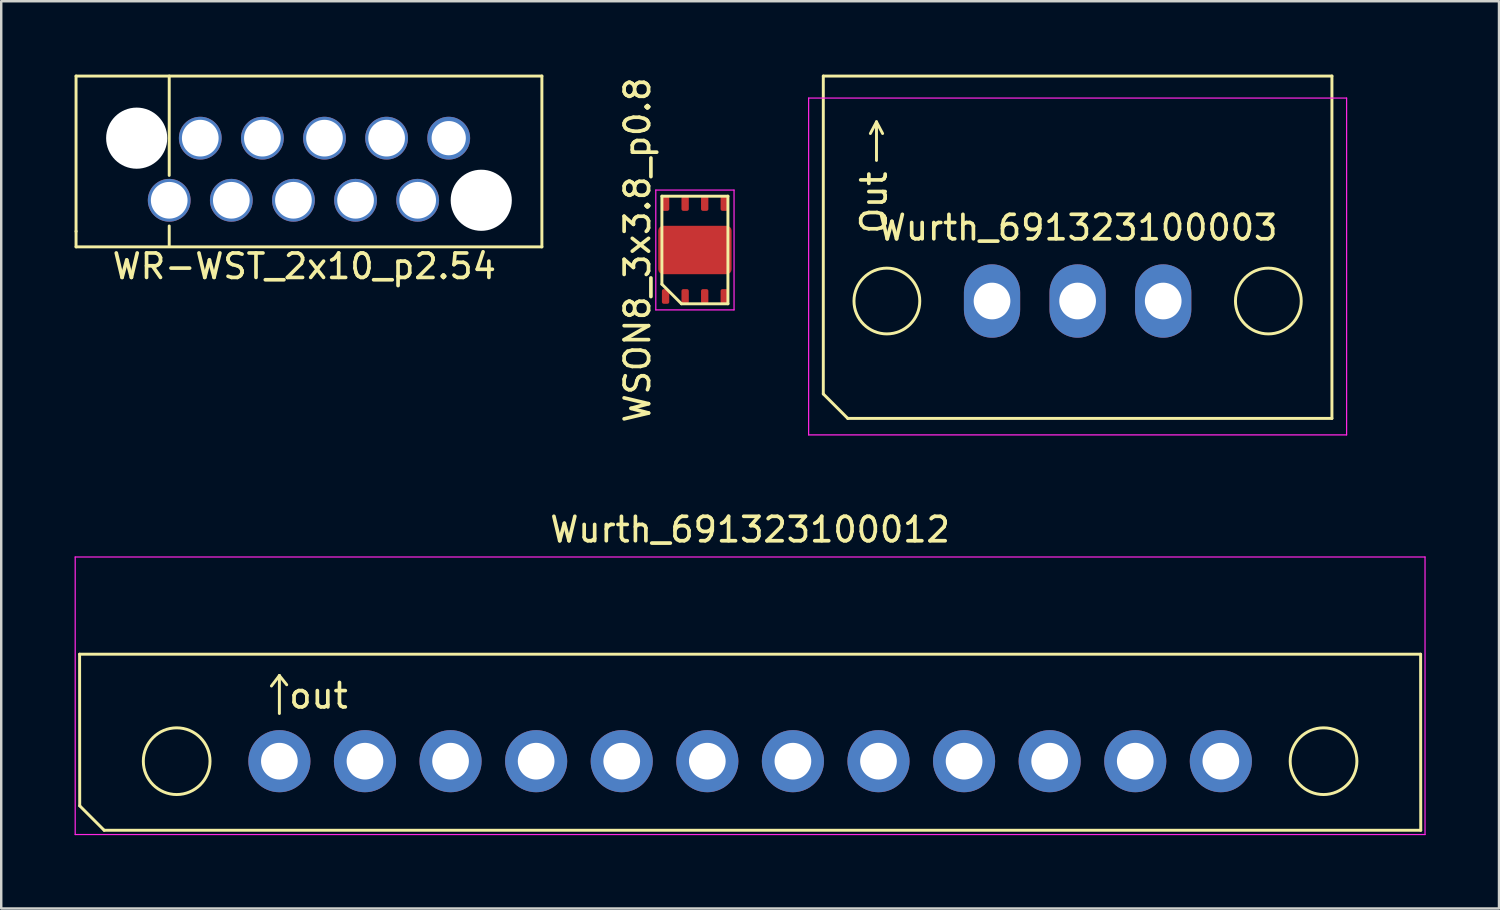
<source format=kicad_pcb>
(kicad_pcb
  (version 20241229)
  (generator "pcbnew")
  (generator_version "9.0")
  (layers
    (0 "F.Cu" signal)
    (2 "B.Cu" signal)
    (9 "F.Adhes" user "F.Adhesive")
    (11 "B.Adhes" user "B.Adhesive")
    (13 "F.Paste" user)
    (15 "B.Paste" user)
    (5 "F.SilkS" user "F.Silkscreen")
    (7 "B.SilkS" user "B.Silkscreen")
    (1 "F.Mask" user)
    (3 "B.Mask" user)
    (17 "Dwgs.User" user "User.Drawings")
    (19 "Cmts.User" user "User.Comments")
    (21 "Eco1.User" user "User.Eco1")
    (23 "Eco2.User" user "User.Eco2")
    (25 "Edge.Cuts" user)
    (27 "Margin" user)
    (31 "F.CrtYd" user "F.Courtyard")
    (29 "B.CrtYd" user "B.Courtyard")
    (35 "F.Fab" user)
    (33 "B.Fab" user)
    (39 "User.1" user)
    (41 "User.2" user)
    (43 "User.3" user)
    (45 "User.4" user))
  (footprint "WSON8_3x3.8_p0.8"
    (layer "F.Cu")
    (at 25.368 7.173)
    (property "Reference" "WSON8_3x3.8_p0.8" (at -2.35 0 90) (layer "F.SilkS") (effects (font (size 1 1) (thickness 0.15))))
    (attr smd)
    (fp_line (start -1.35 -2.2) (end 1.35 -2.2) (stroke (width 0.12) (type solid)) (layer "F.SilkS"))
    (fp_line (start -1.35 1.4) (end -1.35 -2.2) (stroke (width 0.12) (type solid)) (layer "F.SilkS"))
    (fp_line (start -0.55 2.2) (end -1.35 1.4) (stroke (width 0.12) (type solid)) (layer "F.SilkS"))
    (fp_line (start 1.35 -2.2) (end 1.35 2.2) (stroke (width 0.12) (type solid)) (layer "F.SilkS"))
    (fp_line (start 1.35 2.2) (end -0.55 2.2) (stroke (width 0.12) (type solid)) (layer "F.SilkS"))
    (fp_line (start -1.6 -2.45) (end 1.6 -2.45) (stroke (width 0.05) (type solid)) (layer "F.CrtYd"))
    (fp_line (start -1.6 2.45) (end -1.6 -2.45) (stroke (width 0.05) (type solid)) (layer "F.CrtYd"))
    (fp_line (start 1.6 -2.45) (end 1.6 2.45) (stroke (width 0.05) (type solid)) (layer "F.CrtYd"))
    (fp_line (start 1.6 2.45) (end -1.6 2.45) (stroke (width 0.05) (type solid)) (layer "F.CrtYd"))
    (pad "" smd roundrect (at 0 0) (size 3 1.98) (layers "*.Mask" "F.Cu" "F.Paste") (roundrect_rratio 0.101))
    (pad "1" smd roundrect (at -1.2 1.9) (size 0.3 0.6) (layers "F.Cu" "F.Mask" "F.Paste") (roundrect_rratio 0.25))
    (pad "2" smd roundrect (at -0.4 1.9) (size 0.3 0.6) (layers "F.Cu" "F.Mask" "F.Paste") (roundrect_rratio 0.25))
    (pad "3" smd roundrect (at 0.4 1.9) (size 0.3 0.6) (layers "F.Cu" "F.Mask" "F.Paste") (roundrect_rratio 0.25))
    (pad "4" smd roundrect (at 1.2 1.9) (size 0.3 0.6) (layers "F.Cu" "F.Mask" "F.Paste") (roundrect_rratio 0.25))
    (pad "5" smd roundrect (at 1.2 -1.9) (size 0.3 0.6) (layers "F.Cu" "F.Mask" "F.Paste") (roundrect_rratio 0.25))
    (pad "6" smd roundrect (at 0.4 -1.9) (size 0.3 0.6) (layers "F.Cu" "F.Mask" "F.Paste") (roundrect_rratio 0.25))
    (pad "7" smd roundrect (at -0.4 -1.9) (size 0.3 0.6) (layers "F.Cu" "F.Mask" "F.Paste") (roundrect_rratio 0.25))
    (pad "8" smd roundrect (at -1.2 -1.9) (size 0.3 0.6) (layers "F.Cu" "F.Mask" "F.Paste") (roundrect_rratio 0.25)))
  (footprint "Wurth_691323100003"
    (layer "F.Cu")
    (at 41.018 9.26)
    (property "Reference" "Wurth_691323100003" (at 0 -3 0) (layer "F.SilkS") (effects (font (size 1 1) (thickness 0.15))))
    (attr through_hole)
    (fp_line (start -10.4 -9.2) (end 10.4 -9.2) (stroke (width 0.12) (type solid)) (layer "F.SilkS"))
    (fp_line (start -10.4 3.8) (end -10.4 -9.2) (stroke (width 0.12) (type solid)) (layer "F.SilkS"))
    (fp_line (start -9.4 4.8) (end -10.4 3.8) (stroke (width 0.12) (type solid)) (layer "F.SilkS"))
    (fp_line (start -8.225 -7.325) (end -8.475 -6.85) (stroke (width 0.12) (type solid)) (layer "F.SilkS"))
    (fp_line (start -8.225 -7.325) (end -7.975 -6.85) (stroke (width 0.12) (type solid)) (layer "F.SilkS"))
    (fp_line (start -8.225 -5.75) (end -8.225 -7.325) (stroke (width 0.12) (type solid)) (layer "F.SilkS"))
    (fp_line (start 10.4 -9.2) (end 10.4 4.8) (stroke (width 0.12) (type solid)) (layer "F.SilkS"))
    (fp_line (start 10.4 4.8) (end -9.4 4.8) (stroke (width 0.12) (type solid)) (layer "F.SilkS"))
    (fp_circle (center -7.8 0) (end -6.455 0) (stroke (width 0.12) (type solid)) (fill no) (layer "F.SilkS"))
    (fp_circle (center 7.8 0) (end 9.145 0) (stroke (width 0.12) (type solid)) (fill no) (layer "F.SilkS"))
    (fp_line (start -11 -8.3) (end 11 -8.3) (stroke (width 0.05) (type solid)) (layer "F.CrtYd"))
    (fp_line (start -11 5.475) (end -11 -8.3) (stroke (width 0.05) (type solid)) (layer "F.CrtYd"))
    (fp_line (start 11 -8.3) (end 11 5.475) (stroke (width 0.05) (type solid)) (layer "F.CrtYd"))
    (fp_line (start 11 5.475) (end -11 5.475) (stroke (width 0.05) (type solid)) (layer "F.CrtYd"))
    (fp_text user "Out" (at -8.325 -4.025 270) (layer "F.SilkS") (effects (font (size 1 1) (thickness 0.15))))
    (pad "1" thru_hole oval (at -3.5 0) (size 2.3 3) (drill 1.5) (layers "*.Cu" "*.Mask"))
    (pad "2" thru_hole oval (at 0 0) (size 2.3 3) (drill 1.5) (layers "*.Cu" "*.Mask"))
    (pad "3" thru_hole oval (at 3.5 0) (size 2.3 3) (drill 1.5) (layers "*.Cu" "*.Mask")))
  (footprint "WR-WST_2x10_p2.54"
    (layer "F.Cu")
    (at 3.87 5.14)
    (property "Reference" "WR-WST_2x10_p2.54" (at 5.525 2.7 0) (layer "F.SilkS") (effects (font (size 1 1) (thickness 0.15))))
    (attr through_hole)
    (fp_line (start -3.81 -5.08) (end -3.81 1.27) (stroke (width 0.12) (type solid)) (layer "F.SilkS"))
    (fp_line (start -3.81 1.27) (end -3.81 1.905) (stroke (width 0.12) (type solid)) (layer "F.SilkS"))
    (fp_line (start -3.81 1.905) (end 15.24 1.905) (stroke (width 0.12) (type solid)) (layer "F.SilkS"))
    (fp_line (start 0 -1.016) (end 0 -5.08) (stroke (width 0.12) (type solid)) (layer "F.SilkS"))
    (fp_line (start 0 1.875) (end 0 1.05) (stroke (width 0.12) (type solid)) (layer "F.SilkS"))
    (fp_line (start 15.24 -5.08) (end -3.81 -5.08) (stroke (width 0.12) (type solid)) (layer "F.SilkS"))
    (fp_line (start 15.24 1.905) (end 15.24 -5.08) (stroke (width 0.12) (type solid)) (layer "F.SilkS"))
    (pad "" np_thru_hole circle (at -1.33 -2.54) (size 2.5 2.5) (drill 2.5) (layers "*.Cu" "*.Mask"))
    (pad "" np_thru_hole circle (at 12.76 0) (size 2.5 2.5) (drill 2.5) (layers "*.Cu" "*.Mask"))
    (pad "1" thru_hole circle (at 0 0) (size 1.75 1.75) (drill 1.5) (layers "*.Cu" "*.Mask"))
    (pad "2" thru_hole circle (at 1.27 -2.54) (size 1.75 1.75) (drill 1.5) (layers "*.Cu" "*.Mask"))
    (pad "3" thru_hole circle (at 2.54 0) (size 1.75 1.75) (drill 1.5) (layers "*.Cu" "*.Mask"))
    (pad "4" thru_hole circle (at 3.81 -2.54) (size 1.75 1.75) (drill 1.5) (layers "*.Cu" "*.Mask"))
    (pad "5" thru_hole circle (at 5.08 0) (size 1.75 1.75) (drill 1.5) (layers "*.Cu" "*.Mask"))
    (pad "6" thru_hole circle (at 6.35 -2.54) (size 1.75 1.75) (drill 1.5) (layers "*.Cu" "*.Mask"))
    (pad "7" thru_hole circle (at 7.62 0) (size 1.75 1.75) (drill 1.5) (layers "*.Cu" "*.Mask"))
    (pad "8" thru_hole circle (at 8.89 -2.54) (size 1.75 1.75) (drill 1.5) (layers "*.Cu" "*.Mask"))
    (pad "9" thru_hole circle (at 10.16 0) (size 1.75 1.75) (drill 1.5) (layers "*.Cu" "*.Mask"))
    (pad "10" thru_hole circle (at 11.43 -2.54) (size 1.75 1.75) (drill 1.4) (layers "*.Cu" "*.Mask")))
  (footprint "Wurth_691323100012"
    (layer "F.Cu")
    (at 27.625 28.078)
    (property "Reference" "Wurth_691323100012" (at 0 -9.47 0) (layer "F.SilkS") (effects (font (size 1 1) (thickness 0.15))))
    (attr through_hole)
    (fp_line (start -27.42 -4.375) (end 27.42 -4.375) (stroke (width 0.12) (type solid)) (layer "F.SilkS"))
    (fp_line (start -27.415 1.825) (end -27.42 -4.375) (stroke (width 0.12) (type solid)) (layer "F.SilkS"))
    (fp_line (start -26.415 2.825) (end -27.415 1.825) (stroke (width 0.12) (type solid)) (layer "F.SilkS"))
    (fp_line (start -19.25 -3.5) (end -19.575 -3.075) (stroke (width 0.12) (type solid)) (layer "F.SilkS"))
    (fp_line (start -19.25 -3.5) (end -18.95 -3.125) (stroke (width 0.12) (type solid)) (layer "F.SilkS"))
    (fp_line (start -19.25 -1.95) (end -19.25 -3.5) (stroke (width 0.12) (type solid)) (layer "F.SilkS"))
    (fp_line (start 27.42 -4.375) (end 27.425 2.825) (stroke (width 0.12) (type solid)) (layer "F.SilkS"))
    (fp_line (start 27.425 2.825) (end -26.415 2.825) (stroke (width 0.12) (type solid)) (layer "F.SilkS"))
    (fp_circle (center -23.45 0) (end -22.425 -0.9) (stroke (width 0.12) (type solid)) (fill no) (layer "F.SilkS"))
    (fp_circle (center 23.45 0) (end 24.475 -0.9) (stroke (width 0.12) (type solid)) (fill no) (layer "F.SilkS"))
    (fp_line (start -27.6 -8.35) (end 27.6 -8.35) (stroke (width 0.05) (type solid)) (layer "F.CrtYd"))
    (fp_line (start -27.6 3) (end -27.6 -8.35) (stroke (width 0.05) (type solid)) (layer "F.CrtYd"))
    (fp_line (start 27.6 -8.35) (end 27.6 3) (stroke (width 0.05) (type solid)) (layer "F.CrtYd"))
    (fp_line (start 27.6 3) (end -27.6 3) (stroke (width 0.05) (type solid)) (layer "F.CrtYd"))
    (fp_text user "out" (at -17.65 -2.675 0) (layer "F.SilkS") (effects (font (size 1 1) (thickness 0.15))))
    (pad "1" thru_hole oval (at -19.25 0) (size 2.54 2.54) (drill 1.5) (layers "*.Cu" "*.Mask"))
    (pad "2" thru_hole oval (at -15.75 0) (size 2.54 2.54) (drill 1.5) (layers "*.Cu" "*.Mask"))
    (pad "3" thru_hole oval (at -12.25 0) (size 2.54 2.54) (drill 1.5) (layers "*.Cu" "*.Mask"))
    (pad "4" thru_hole oval (at -8.75 0) (size 2.54 2.54) (drill 1.5) (layers "*.Cu" "*.Mask"))
    (pad "5" thru_hole oval (at -5.25 0) (size 2.54 2.54) (drill 1.5) (layers "*.Cu" "*.Mask"))
    (pad "6" thru_hole oval (at -1.75 0) (size 2.54 2.54) (drill 1.5) (layers "*.Cu" "*.Mask"))
    (pad "7" thru_hole oval (at 1.75 0) (size 2.54 2.54) (drill 1.5) (layers "*.Cu" "*.Mask"))
    (pad "8" thru_hole oval (at 5.25 0) (size 2.54 2.54) (drill 1.5) (layers "*.Cu" "*.Mask"))
    (pad "9" thru_hole oval (at 8.75 0) (size 2.54 2.54) (drill 1.5) (layers "*.Cu" "*.Mask"))
    (pad "10" thru_hole oval (at 12.25 0) (size 2.54 2.54) (drill 1.5) (layers "*.Cu" "*.Mask"))
    (pad "11" thru_hole oval (at 15.75 0) (size 2.54 2.54) (drill 1.5) (layers "*.Cu" "*.Mask"))
    (pad "12" thru_hole oval (at 19.25 0) (size 2.54 2.54) (drill 1.5) (layers "*.Cu" "*.Mask")))
  (gr_rect
    (start -3 -3)
    (end 58.25 34.103)
    (stroke (width 0.1) (type default))
    (fill no)
    (layer "Edge.Cuts")))
</source>
